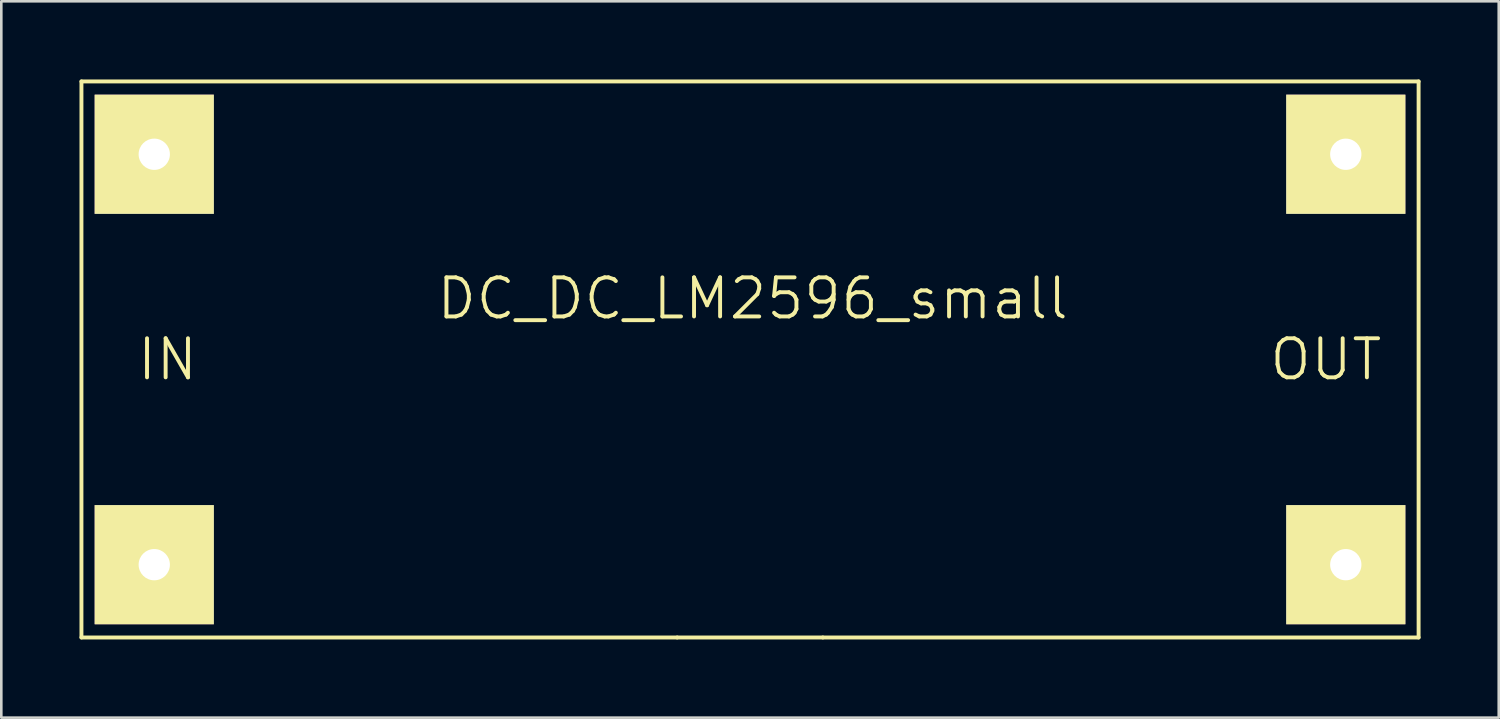
<source format=kicad_pcb>
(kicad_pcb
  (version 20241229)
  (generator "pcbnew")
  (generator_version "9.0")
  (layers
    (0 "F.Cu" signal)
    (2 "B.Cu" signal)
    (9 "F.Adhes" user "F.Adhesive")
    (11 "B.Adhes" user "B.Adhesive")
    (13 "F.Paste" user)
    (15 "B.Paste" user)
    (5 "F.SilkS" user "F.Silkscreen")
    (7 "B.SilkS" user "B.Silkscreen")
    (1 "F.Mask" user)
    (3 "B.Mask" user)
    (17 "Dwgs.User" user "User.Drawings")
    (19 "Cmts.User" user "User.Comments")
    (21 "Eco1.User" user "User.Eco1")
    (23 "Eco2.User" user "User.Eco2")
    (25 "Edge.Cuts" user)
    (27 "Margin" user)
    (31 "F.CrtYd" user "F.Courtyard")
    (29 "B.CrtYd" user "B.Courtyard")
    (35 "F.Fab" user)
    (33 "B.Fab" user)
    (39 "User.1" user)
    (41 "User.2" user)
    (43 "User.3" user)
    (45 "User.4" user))
  (footprint "DC_DC_LM2596_small"
    (layer "F.Cu")
    (at 25.729 10.743)
    (property "Reference" "DC_DC_LM2596_small" (at 0.102 -2.337 0) (layer "F.SilkS") (effects (font (size 1.5 1.5) (thickness 0.15))))
    (attr through_hole)
    (fp_line (start -25.654 -10.668) (end 25.654 -10.668) (stroke (width 0.15) (type solid)) (layer "F.SilkS"))
    (fp_line (start -25.654 10.668) (end -25.654 -10.668) (stroke (width 0.15) (type solid)) (layer "F.SilkS"))
    (fp_line (start -25.654 10.668) (end -2.794 10.668) (stroke (width 0.15) (type solid)) (layer "F.SilkS"))
    (fp_line (start 2.794 10.668) (end -2.794 10.668) (stroke (width 0.15) (type solid)) (layer "F.SilkS"))
    (fp_line (start 2.794 10.668) (end 25.654 10.668) (stroke (width 0.15) (type solid)) (layer "F.SilkS"))
    (fp_line (start 25.654 10.668) (end 25.654 -10.668) (stroke (width 0.15) (type solid)) (layer "F.SilkS"))
    (fp_text user "OUT" (at 22.098 0 0) (layer "F.SilkS") (effects (font (size 1.5 1.5) (thickness 0.15))))
    (fp_text user "IN" (at -22.352 0 0) (layer "F.SilkS") (effects (font (size 1.5 1.5) (thickness 0.15))))
    (pad "1" thru_hole rect (at -22.86 -7.874) (size 4.572 4.572) (drill 1.2) (layers "*.Cu" "*.Mask" "F.SilkS"))
    (pad "2" thru_hole rect (at -22.86 7.874) (size 4.572 4.572) (drill 1.2) (layers "*.Cu" "*.Mask" "F.SilkS"))
    (pad "3" thru_hole rect (at 22.86 -7.874) (size 4.572 4.572) (drill 1.2) (layers "*.Cu" "*.Mask" "F.SilkS"))
    (pad "4" thru_hole rect (at 22.86 7.874) (size 4.572 4.572) (drill 1.2) (layers "*.Cu" "*.Mask" "F.SilkS")))
  (gr_rect
    (start -3 -3)
    (end 54.458 24.486)
    (stroke (width 0.1) (type default))
    (fill no)
    (layer "Edge.Cuts")))
</source>
